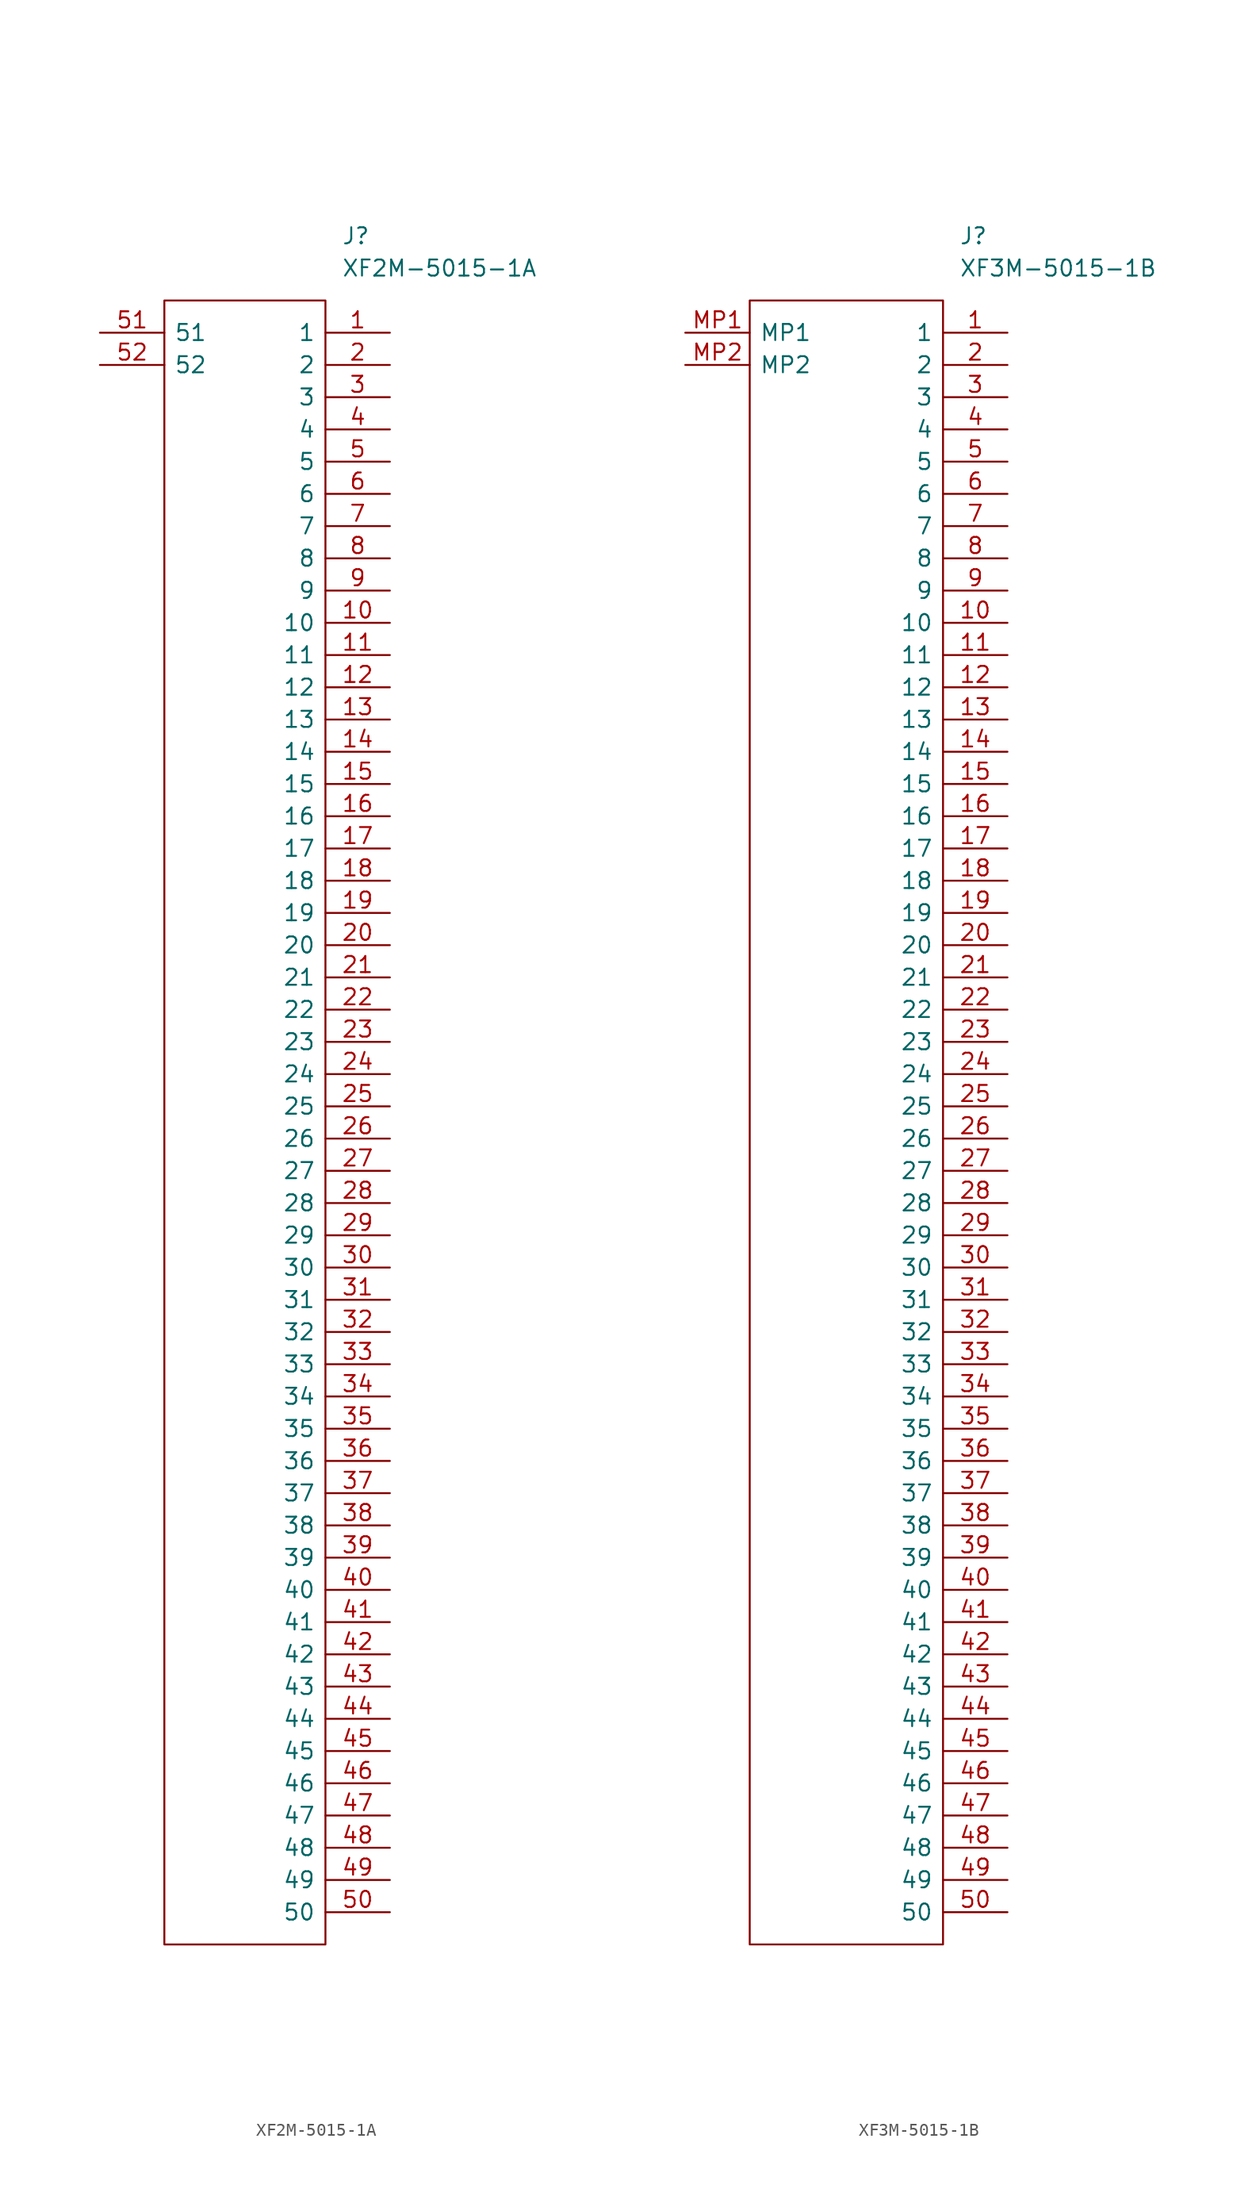
<source format=kicad_sym>
(kicad_symbol_lib
  (version 20211014)
  (generator kicad_symbol_editor)
  (symbol "XF2M-5015-1A"
    (pin_names
      (offset 0.762))
    (property "Reference" "J"
      (at 19.05 7.62 0)
      (effects (font (size 1.27 1.27)) (justify left)))
    (property "Value" "XF2M-5015-1A"
      (at 19.05 5.08 0)
      (effects (font (size 1.27 1.27)) (justify left)))
    (symbol "XF2M-5015-1A_0_0"
      (pin passive line (at 22.86 0 180) (length 5.08) (name "1" (effects (font (size 1.27 1.27)))) (number "1" (effects (font (size 1.27 1.27)))))
      (pin passive line (at 22.86 -22.86 180) (length 5.08) (name "10" (effects (font (size 1.27 1.27)))) (number "10" (effects (font (size 1.27 1.27)))))
      (pin passive line (at 22.86 -25.4 180) (length 5.08) (name "11" (effects (font (size 1.27 1.27)))) (number "11" (effects (font (size 1.27 1.27)))))
      (pin passive line (at 22.86 -27.94 180) (length 5.08) (name "12" (effects (font (size 1.27 1.27)))) (number "12" (effects (font (size 1.27 1.27)))))
      (pin passive line (at 22.86 -30.48 180) (length 5.08) (name "13" (effects (font (size 1.27 1.27)))) (number "13" (effects (font (size 1.27 1.27)))))
      (pin passive line (at 22.86 -33.02 180) (length 5.08) (name "14" (effects (font (size 1.27 1.27)))) (number "14" (effects (font (size 1.27 1.27)))))
      (pin passive line (at 22.86 -35.56 180) (length 5.08) (name "15" (effects (font (size 1.27 1.27)))) (number "15" (effects (font (size 1.27 1.27)))))
      (pin passive line (at 22.86 -38.1 180) (length 5.08) (name "16" (effects (font (size 1.27 1.27)))) (number "16" (effects (font (size 1.27 1.27)))))
      (pin passive line (at 22.86 -40.64 180) (length 5.08) (name "17" (effects (font (size 1.27 1.27)))) (number "17" (effects (font (size 1.27 1.27)))))
      (pin passive line (at 22.86 -43.18 180) (length 5.08) (name "18" (effects (font (size 1.27 1.27)))) (number "18" (effects (font (size 1.27 1.27)))))
      (pin passive line (at 22.86 -45.72 180) (length 5.08) (name "19" (effects (font (size 1.27 1.27)))) (number "19" (effects (font (size 1.27 1.27)))))
      (pin passive line (at 22.86 -2.54 180) (length 5.08) (name "2" (effects (font (size 1.27 1.27)))) (number "2" (effects (font (size 1.27 1.27)))))
      (pin passive line (at 22.86 -48.26 180) (length 5.08) (name "20" (effects (font (size 1.27 1.27)))) (number "20" (effects (font (size 1.27 1.27)))))
      (pin passive line (at 22.86 -50.8 180) (length 5.08) (name "21" (effects (font (size 1.27 1.27)))) (number "21" (effects (font (size 1.27 1.27)))))
      (pin passive line (at 22.86 -53.34 180) (length 5.08) (name "22" (effects (font (size 1.27 1.27)))) (number "22" (effects (font (size 1.27 1.27)))))
      (pin passive line (at 22.86 -55.88 180) (length 5.08) (name "23" (effects (font (size 1.27 1.27)))) (number "23" (effects (font (size 1.27 1.27)))))
      (pin passive line (at 22.86 -58.42 180) (length 5.08) (name "24" (effects (font (size 1.27 1.27)))) (number "24" (effects (font (size 1.27 1.27)))))
      (pin passive line (at 22.86 -60.96 180) (length 5.08) (name "25" (effects (font (size 1.27 1.27)))) (number "25" (effects (font (size 1.27 1.27)))))
      (pin passive line (at 22.86 -63.5 180) (length 5.08) (name "26" (effects (font (size 1.27 1.27)))) (number "26" (effects (font (size 1.27 1.27)))))
      (pin passive line (at 22.86 -66.04 180) (length 5.08) (name "27" (effects (font (size 1.27 1.27)))) (number "27" (effects (font (size 1.27 1.27)))))
      (pin passive line (at 22.86 -68.58 180) (length 5.08) (name "28" (effects (font (size 1.27 1.27)))) (number "28" (effects (font (size 1.27 1.27)))))
      (pin passive line (at 22.86 -71.12 180) (length 5.08) (name "29" (effects (font (size 1.27 1.27)))) (number "29" (effects (font (size 1.27 1.27)))))
      (pin passive line (at 22.86 -5.08 180) (length 5.08) (name "3" (effects (font (size 1.27 1.27)))) (number "3" (effects (font (size 1.27 1.27)))))
      (pin passive line (at 22.86 -73.66 180) (length 5.08) (name "30" (effects (font (size 1.27 1.27)))) (number "30" (effects (font (size 1.27 1.27)))))
      (pin passive line (at 22.86 -76.2 180) (length 5.08) (name "31" (effects (font (size 1.27 1.27)))) (number "31" (effects (font (size 1.27 1.27)))))
      (pin passive line (at 22.86 -78.74 180) (length 5.08) (name "32" (effects (font (size 1.27 1.27)))) (number "32" (effects (font (size 1.27 1.27)))))
      (pin passive line (at 22.86 -81.28 180) (length 5.08) (name "33" (effects (font (size 1.27 1.27)))) (number "33" (effects (font (size 1.27 1.27)))))
      (pin passive line (at 22.86 -83.82 180) (length 5.08) (name "34" (effects (font (size 1.27 1.27)))) (number "34" (effects (font (size 1.27 1.27)))))
      (pin passive line (at 22.86 -86.36 180) (length 5.08) (name "35" (effects (font (size 1.27 1.27)))) (number "35" (effects (font (size 1.27 1.27)))))
      (pin passive line (at 22.86 -88.9 180) (length 5.08) (name "36" (effects (font (size 1.27 1.27)))) (number "36" (effects (font (size 1.27 1.27)))))
      (pin passive line (at 22.86 -91.44 180) (length 5.08) (name "37" (effects (font (size 1.27 1.27)))) (number "37" (effects (font (size 1.27 1.27)))))
      (pin passive line (at 22.86 -93.98 180) (length 5.08) (name "38" (effects (font (size 1.27 1.27)))) (number "38" (effects (font (size 1.27 1.27)))))
      (pin passive line (at 22.86 -96.52 180) (length 5.08) (name "39" (effects (font (size 1.27 1.27)))) (number "39" (effects (font (size 1.27 1.27)))))
      (pin passive line (at 22.86 -7.62 180) (length 5.08) (name "4" (effects (font (size 1.27 1.27)))) (number "4" (effects (font (size 1.27 1.27)))))
      (pin passive line (at 22.86 -99.06 180) (length 5.08) (name "40" (effects (font (size 1.27 1.27)))) (number "40" (effects (font (size 1.27 1.27)))))
      (pin passive line (at 22.86 -101.6 180) (length 5.08) (name "41" (effects (font (size 1.27 1.27)))) (number "41" (effects (font (size 1.27 1.27)))))
      (pin passive line (at 22.86 -104.14 180) (length 5.08) (name "42" (effects (font (size 1.27 1.27)))) (number "42" (effects (font (size 1.27 1.27)))))
      (pin passive line (at 22.86 -106.68 180) (length 5.08) (name "43" (effects (font (size 1.27 1.27)))) (number "43" (effects (font (size 1.27 1.27)))))
      (pin passive line (at 22.86 -109.22 180) (length 5.08) (name "44" (effects (font (size 1.27 1.27)))) (number "44" (effects (font (size 1.27 1.27)))))
      (pin passive line (at 22.86 -111.76 180) (length 5.08) (name "45" (effects (font (size 1.27 1.27)))) (number "45" (effects (font (size 1.27 1.27)))))
      (pin passive line (at 22.86 -114.3 180) (length 5.08) (name "46" (effects (font (size 1.27 1.27)))) (number "46" (effects (font (size 1.27 1.27)))))
      (pin passive line (at 22.86 -116.84 180) (length 5.08) (name "47" (effects (font (size 1.27 1.27)))) (number "47" (effects (font (size 1.27 1.27)))))
      (pin passive line (at 22.86 -119.38 180) (length 5.08) (name "48" (effects (font (size 1.27 1.27)))) (number "48" (effects (font (size 1.27 1.27)))))
      (pin passive line (at 22.86 -121.92 180) (length 5.08) (name "49" (effects (font (size 1.27 1.27)))) (number "49" (effects (font (size 1.27 1.27)))))
      (pin passive line (at 22.86 -10.16 180) (length 5.08) (name "5" (effects (font (size 1.27 1.27)))) (number "5" (effects (font (size 1.27 1.27)))))
      (pin passive line (at 22.86 -124.46 180) (length 5.08) (name "50" (effects (font (size 1.27 1.27)))) (number "50" (effects (font (size 1.27 1.27)))))
      (pin passive line (at 0 0 0) (length 5.08) (name "51" (effects (font (size 1.27 1.27)))) (number "51" (effects (font (size 1.27 1.27)))))
      (pin passive line (at 0 -2.54 0) (length 5.08) (name "52" (effects (font (size 1.27 1.27)))) (number "52" (effects (font (size 1.27 1.27)))))
      (pin passive line (at 22.86 -12.7 180) (length 5.08) (name "6" (effects (font (size 1.27 1.27)))) (number "6" (effects (font (size 1.27 1.27)))))
      (pin passive line (at 22.86 -15.24 180) (length 5.08) (name "7" (effects (font (size 1.27 1.27)))) (number "7" (effects (font (size 1.27 1.27)))))
      (pin passive line (at 22.86 -17.78 180) (length 5.08) (name "8" (effects (font (size 1.27 1.27)))) (number "8" (effects (font (size 1.27 1.27)))))
      (pin passive line (at 22.86 -20.32 180) (length 5.08) (name "9" (effects (font (size 1.27 1.27)))) (number "9" (effects (font (size 1.27 1.27))))))
    (symbol "XF2M-5015-1A_0_1"
      (polyline (pts (xy 5.08 2.54) (xy 17.78 2.54) (xy 17.78 -127) (xy 5.08 -127) (xy 5.08 2.54)) (stroke (width 0.152) (type default) (color 0 0 0 0)) (fill (type none)))))
  (symbol "XF3M-5015-1B"
    (pin_names
      (offset 0.762))
    (property "Reference" "J"
      (at 21.59 7.62 0)
      (effects (font (size 1.27 1.27)) (justify left)))
    (property "Value" "XF3M-5015-1B"
      (at 21.59 5.08 0)
      (effects (font (size 1.27 1.27)) (justify left)))
    (symbol "XF3M-5015-1B_0_0"
      (pin passive line (at 25.4 0 180) (length 5.08) (name "1" (effects (font (size 1.27 1.27)))) (number "1" (effects (font (size 1.27 1.27)))))
      (pin passive line (at 25.4 -22.86 180) (length 5.08) (name "10" (effects (font (size 1.27 1.27)))) (number "10" (effects (font (size 1.27 1.27)))))
      (pin passive line (at 25.4 -25.4 180) (length 5.08) (name "11" (effects (font (size 1.27 1.27)))) (number "11" (effects (font (size 1.27 1.27)))))
      (pin passive line (at 25.4 -27.94 180) (length 5.08) (name "12" (effects (font (size 1.27 1.27)))) (number "12" (effects (font (size 1.27 1.27)))))
      (pin passive line (at 25.4 -30.48 180) (length 5.08) (name "13" (effects (font (size 1.27 1.27)))) (number "13" (effects (font (size 1.27 1.27)))))
      (pin passive line (at 25.4 -33.02 180) (length 5.08) (name "14" (effects (font (size 1.27 1.27)))) (number "14" (effects (font (size 1.27 1.27)))))
      (pin passive line (at 25.4 -35.56 180) (length 5.08) (name "15" (effects (font (size 1.27 1.27)))) (number "15" (effects (font (size 1.27 1.27)))))
      (pin passive line (at 25.4 -38.1 180) (length 5.08) (name "16" (effects (font (size 1.27 1.27)))) (number "16" (effects (font (size 1.27 1.27)))))
      (pin passive line (at 25.4 -40.64 180) (length 5.08) (name "17" (effects (font (size 1.27 1.27)))) (number "17" (effects (font (size 1.27 1.27)))))
      (pin passive line (at 25.4 -43.18 180) (length 5.08) (name "18" (effects (font (size 1.27 1.27)))) (number "18" (effects (font (size 1.27 1.27)))))
      (pin passive line (at 25.4 -45.72 180) (length 5.08) (name "19" (effects (font (size 1.27 1.27)))) (number "19" (effects (font (size 1.27 1.27)))))
      (pin passive line (at 25.4 -2.54 180) (length 5.08) (name "2" (effects (font (size 1.27 1.27)))) (number "2" (effects (font (size 1.27 1.27)))))
      (pin passive line (at 25.4 -48.26 180) (length 5.08) (name "20" (effects (font (size 1.27 1.27)))) (number "20" (effects (font (size 1.27 1.27)))))
      (pin passive line (at 25.4 -50.8 180) (length 5.08) (name "21" (effects (font (size 1.27 1.27)))) (number "21" (effects (font (size 1.27 1.27)))))
      (pin passive line (at 25.4 -53.34 180) (length 5.08) (name "22" (effects (font (size 1.27 1.27)))) (number "22" (effects (font (size 1.27 1.27)))))
      (pin passive line (at 25.4 -55.88 180) (length 5.08) (name "23" (effects (font (size 1.27 1.27)))) (number "23" (effects (font (size 1.27 1.27)))))
      (pin passive line (at 25.4 -58.42 180) (length 5.08) (name "24" (effects (font (size 1.27 1.27)))) (number "24" (effects (font (size 1.27 1.27)))))
      (pin passive line (at 25.4 -60.96 180) (length 5.08) (name "25" (effects (font (size 1.27 1.27)))) (number "25" (effects (font (size 1.27 1.27)))))
      (pin passive line (at 25.4 -63.5 180) (length 5.08) (name "26" (effects (font (size 1.27 1.27)))) (number "26" (effects (font (size 1.27 1.27)))))
      (pin passive line (at 25.4 -66.04 180) (length 5.08) (name "27" (effects (font (size 1.27 1.27)))) (number "27" (effects (font (size 1.27 1.27)))))
      (pin passive line (at 25.4 -68.58 180) (length 5.08) (name "28" (effects (font (size 1.27 1.27)))) (number "28" (effects (font (size 1.27 1.27)))))
      (pin passive line (at 25.4 -71.12 180) (length 5.08) (name "29" (effects (font (size 1.27 1.27)))) (number "29" (effects (font (size 1.27 1.27)))))
      (pin passive line (at 25.4 -5.08 180) (length 5.08) (name "3" (effects (font (size 1.27 1.27)))) (number "3" (effects (font (size 1.27 1.27)))))
      (pin passive line (at 25.4 -73.66 180) (length 5.08) (name "30" (effects (font (size 1.27 1.27)))) (number "30" (effects (font (size 1.27 1.27)))))
      (pin passive line (at 25.4 -76.2 180) (length 5.08) (name "31" (effects (font (size 1.27 1.27)))) (number "31" (effects (font (size 1.27 1.27)))))
      (pin passive line (at 25.4 -78.74 180) (length 5.08) (name "32" (effects (font (size 1.27 1.27)))) (number "32" (effects (font (size 1.27 1.27)))))
      (pin passive line (at 25.4 -81.28 180) (length 5.08) (name "33" (effects (font (size 1.27 1.27)))) (number "33" (effects (font (size 1.27 1.27)))))
      (pin passive line (at 25.4 -83.82 180) (length 5.08) (name "34" (effects (font (size 1.27 1.27)))) (number "34" (effects (font (size 1.27 1.27)))))
      (pin passive line (at 25.4 -86.36 180) (length 5.08) (name "35" (effects (font (size 1.27 1.27)))) (number "35" (effects (font (size 1.27 1.27)))))
      (pin passive line (at 25.4 -88.9 180) (length 5.08) (name "36" (effects (font (size 1.27 1.27)))) (number "36" (effects (font (size 1.27 1.27)))))
      (pin passive line (at 25.4 -91.44 180) (length 5.08) (name "37" (effects (font (size 1.27 1.27)))) (number "37" (effects (font (size 1.27 1.27)))))
      (pin passive line (at 25.4 -93.98 180) (length 5.08) (name "38" (effects (font (size 1.27 1.27)))) (number "38" (effects (font (size 1.27 1.27)))))
      (pin passive line (at 25.4 -96.52 180) (length 5.08) (name "39" (effects (font (size 1.27 1.27)))) (number "39" (effects (font (size 1.27 1.27)))))
      (pin passive line (at 25.4 -7.62 180) (length 5.08) (name "4" (effects (font (size 1.27 1.27)))) (number "4" (effects (font (size 1.27 1.27)))))
      (pin passive line (at 25.4 -99.06 180) (length 5.08) (name "40" (effects (font (size 1.27 1.27)))) (number "40" (effects (font (size 1.27 1.27)))))
      (pin passive line (at 25.4 -101.6 180) (length 5.08) (name "41" (effects (font (size 1.27 1.27)))) (number "41" (effects (font (size 1.27 1.27)))))
      (pin passive line (at 25.4 -104.14 180) (length 5.08) (name "42" (effects (font (size 1.27 1.27)))) (number "42" (effects (font (size 1.27 1.27)))))
      (pin passive line (at 25.4 -106.68 180) (length 5.08) (name "43" (effects (font (size 1.27 1.27)))) (number "43" (effects (font (size 1.27 1.27)))))
      (pin passive line (at 25.4 -109.22 180) (length 5.08) (name "44" (effects (font (size 1.27 1.27)))) (number "44" (effects (font (size 1.27 1.27)))))
      (pin passive line (at 25.4 -111.76 180) (length 5.08) (name "45" (effects (font (size 1.27 1.27)))) (number "45" (effects (font (size 1.27 1.27)))))
      (pin passive line (at 25.4 -114.3 180) (length 5.08) (name "46" (effects (font (size 1.27 1.27)))) (number "46" (effects (font (size 1.27 1.27)))))
      (pin passive line (at 25.4 -116.84 180) (length 5.08) (name "47" (effects (font (size 1.27 1.27)))) (number "47" (effects (font (size 1.27 1.27)))))
      (pin passive line (at 25.4 -119.38 180) (length 5.08) (name "48" (effects (font (size 1.27 1.27)))) (number "48" (effects (font (size 1.27 1.27)))))
      (pin passive line (at 25.4 -121.92 180) (length 5.08) (name "49" (effects (font (size 1.27 1.27)))) (number "49" (effects (font (size 1.27 1.27)))))
      (pin passive line (at 25.4 -10.16 180) (length 5.08) (name "5" (effects (font (size 1.27 1.27)))) (number "5" (effects (font (size 1.27 1.27)))))
      (pin passive line (at 25.4 -124.46 180) (length 5.08) (name "50" (effects (font (size 1.27 1.27)))) (number "50" (effects (font (size 1.27 1.27)))))
      (pin passive line (at 25.4 -12.7 180) (length 5.08) (name "6" (effects (font (size 1.27 1.27)))) (number "6" (effects (font (size 1.27 1.27)))))
      (pin passive line (at 25.4 -15.24 180) (length 5.08) (name "7" (effects (font (size 1.27 1.27)))) (number "7" (effects (font (size 1.27 1.27)))))
      (pin passive line (at 25.4 -17.78 180) (length 5.08) (name "8" (effects (font (size 1.27 1.27)))) (number "8" (effects (font (size 1.27 1.27)))))
      (pin passive line (at 25.4 -20.32 180) (length 5.08) (name "9" (effects (font (size 1.27 1.27)))) (number "9" (effects (font (size 1.27 1.27)))))
      (pin passive line (at 0 0 0) (length 5.08) (name "MP1" (effects (font (size 1.27 1.27)))) (number "MP1" (effects (font (size 1.27 1.27)))))
      (pin passive line (at 0 -2.54 0) (length 5.08) (name "MP2" (effects (font (size 1.27 1.27)))) (number "MP2" (effects (font (size 1.27 1.27))))))
    (symbol "XF3M-5015-1B_0_1"
      (polyline (pts (xy 5.08 2.54) (xy 20.32 2.54) (xy 20.32 -127) (xy 5.08 -127) (xy 5.08 2.54)) (stroke (width 0.152) (type default) (color 0 0 0 0)) (fill (type none))))))
</source>
